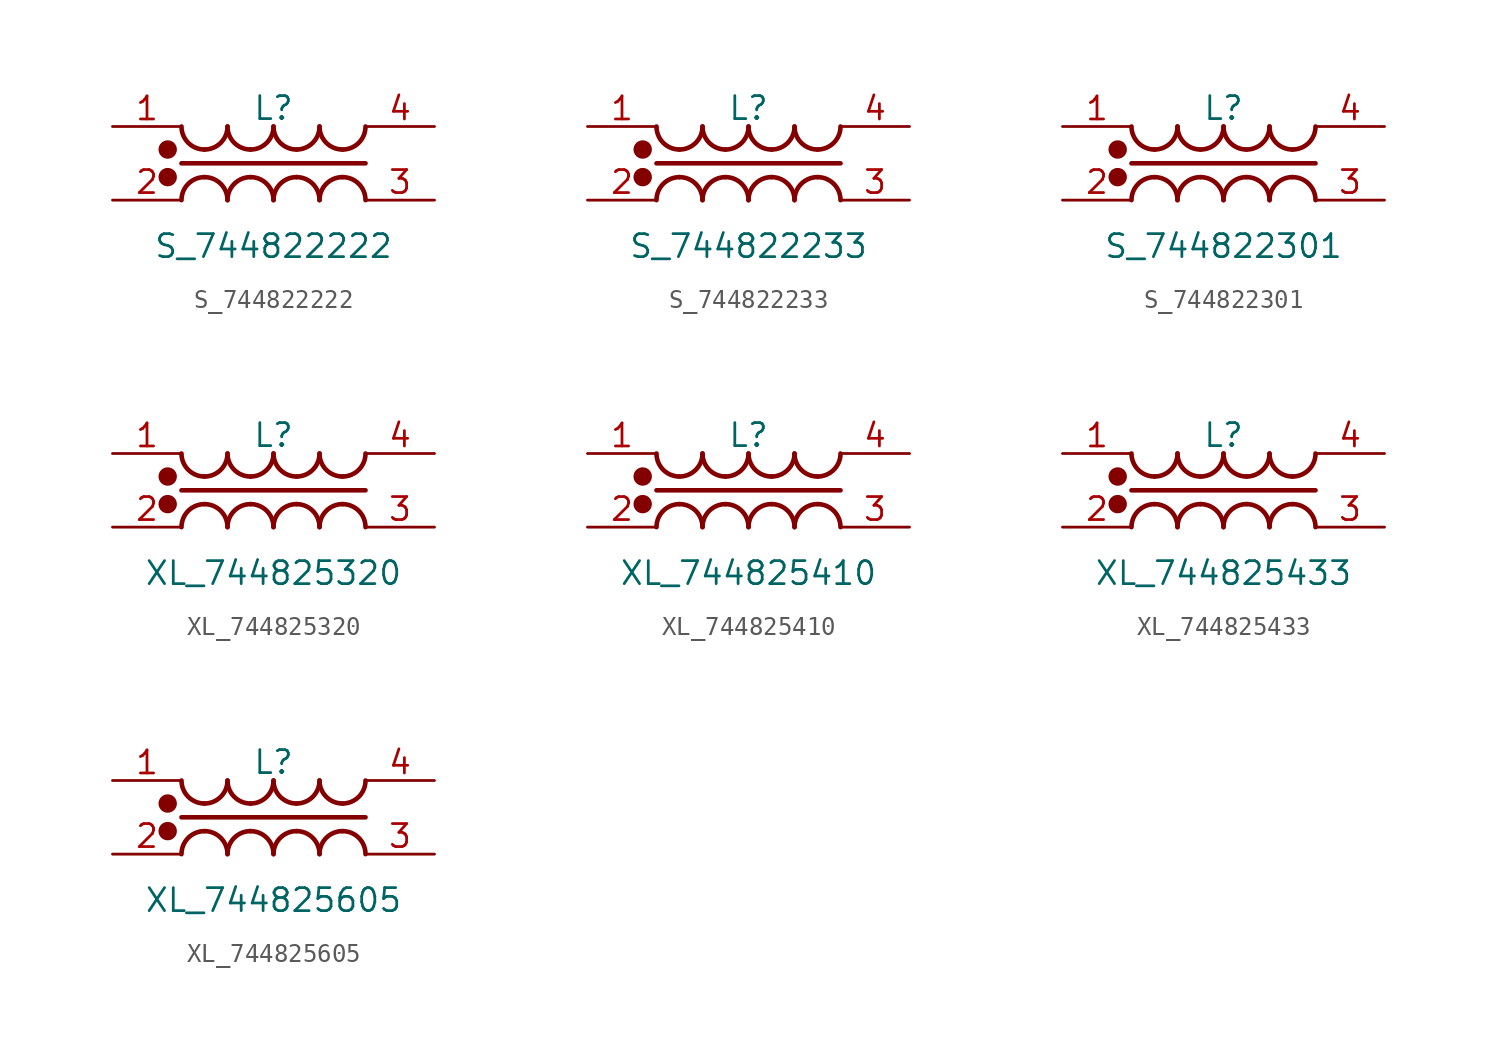
<source format=kicad_sym>
(kicad_symbol_lib
  (version 20211014)
  (generator kicad_symbol_editor)
  (symbol "Inductor_Wurth_WE-CMB:S_744822222"
    (pin_names hide)
    (property "Reference" "L"
      (at 0 5.08 0)
      (effects (font (size 1.27 1.27))))
    (property "Value" "S_744822222"
      (at 0 -2.54 0)
      (effects (font (size 1.27 1.27))))
    (symbol "S_744822222_0_1"
      (arc (start -5.08 4.064) (mid -4.708 3.166) (end -3.81 2.794) (stroke (width 0.254) (type default)) (fill (type none)))
      (arc (start -3.81 1.27) (mid -4.708 0.898) (end -5.08 0) (stroke (width 0.254) (type default)) (fill (type none)))
      (arc (start -3.81 2.794) (mid -2.912 3.166) (end -2.54 4.064) (stroke (width 0.254) (type default)) (fill (type none)))
      (arc (start -2.54 0) (mid -2.912 0.898) (end -3.81 1.27) (stroke (width 0.254) (type default)) (fill (type none)))
      (arc (start -2.5399 4.0639) (mid -2.1679 3.1659) (end -1.2699 2.7939) (stroke (width 0.254) (type default)) (fill (type none)))
      (arc (start -1.2699 1.2701) (mid -2.1679 0.8981) (end -2.5399 0.0001) (stroke (width 0.254) (type default)) (fill (type none)))
      (arc (start -1.2699 2.7939) (mid -0.3719 3.1659) (end 0.0001 4.0639) (stroke (width 0.254) (type default)) (fill (type none)))
      (arc (start 0.0001 0.0001) (mid -0.3719 0.8981) (end -1.2699 1.2701) (stroke (width 0.254) (type default)) (fill (type none)))
      (polyline (pts (xy -5.08 2.032) (xy 5.08 2.032)) (stroke (width 0.254) (type default)) (fill (type none)))
      (arc (start 0.0001 4.0639) (mid 0.3721 3.166) (end 1.2701 2.7939) (stroke (width 0.254) (type default)) (fill (type none)))
      (arc (start 1.2701 1.2701) (mid 0.3721 0.8981) (end 0.0001 0.0001) (stroke (width 0.254) (type default)) (fill (type none)))
      (arc (start 1.2701 2.7939) (mid 2.1681 3.1659) (end 2.5401 4.0639) (stroke (width 0.254) (type default)) (fill (type none)))
      (arc (start 2.5401 0.0001) (mid 2.1681 0.8981) (end 1.2701 1.2701) (stroke (width 0.254) (type default)) (fill (type none)))
      (arc (start 2.5401 4.0639) (mid 2.9121 3.166) (end 3.8101 2.7939) (stroke (width 0.254) (type default)) (fill (type none)))
      (arc (start 3.8101 1.2701) (mid 2.9121 0.8981) (end 2.5401 0.0001) (stroke (width 0.254) (type default)) (fill (type none)))
      (arc (start 3.8101 2.7939) (mid 4.7081 3.1659) (end 5.0801 4.0639) (stroke (width 0.254) (type default)) (fill (type none)))
      (arc (start 5.0801 0.0001) (mid 4.7081 0.8981) (end 3.8101 1.2701) (stroke (width 0.254) (type default)) (fill (type none))))
    (symbol "S_744822222_1_1"
      (circle (center -5.842 1.27) (radius 0.0001) (stroke (width 0.508) (type default)) (fill (type none)))
      (circle (center -5.842 2.794) (radius 0.0001) (stroke (width 0.508) (type default)) (fill (type none)))
      (pin passive line (at -8.89 4.064 0) (length 3.81) (name "1" (effects (font (size 1.27 1.27)))) (number "1" (effects (font (size 1.27 1.27)))))
      (pin passive line (at -8.89 0 0) (length 3.81) (name "2" (effects (font (size 1.27 1.27)))) (number "2" (effects (font (size 1.27 1.27)))))
      (pin passive line (at 8.89 0 180) (length 3.81) (name "3" (effects (font (size 1.27 1.27)))) (number "3" (effects (font (size 1.27 1.27)))))
      (pin passive line (at 8.89 4.064 180) (length 3.81) (name "4" (effects (font (size 1.27 1.27)))) (number "4" (effects (font (size 1.27 1.27)))))))
  (symbol "Inductor_Wurth_WE-CMB:S_744822233"
    (pin_names hide)
    (property "Reference" "L"
      (at 0 5.08 0)
      (effects (font (size 1.27 1.27))))
    (property "Value" "S_744822233"
      (at 0 -2.54 0)
      (effects (font (size 1.27 1.27))))
    (symbol "S_744822233_0_1"
      (arc (start -5.08 4.064) (mid -4.708 3.166) (end -3.81 2.794) (stroke (width 0.254) (type default)) (fill (type none)))
      (arc (start -3.81 1.27) (mid -4.708 0.898) (end -5.08 0) (stroke (width 0.254) (type default)) (fill (type none)))
      (arc (start -3.81 2.794) (mid -2.912 3.166) (end -2.54 4.064) (stroke (width 0.254) (type default)) (fill (type none)))
      (arc (start -2.54 0) (mid -2.912 0.898) (end -3.81 1.27) (stroke (width 0.254) (type default)) (fill (type none)))
      (arc (start -2.5399 4.0639) (mid -2.1679 3.1659) (end -1.2699 2.7939) (stroke (width 0.254) (type default)) (fill (type none)))
      (arc (start -1.2699 1.2701) (mid -2.1679 0.8981) (end -2.5399 0.0001) (stroke (width 0.254) (type default)) (fill (type none)))
      (arc (start -1.2699 2.7939) (mid -0.3719 3.1659) (end 0.0001 4.0639) (stroke (width 0.254) (type default)) (fill (type none)))
      (arc (start 0.0001 0.0001) (mid -0.3719 0.8981) (end -1.2699 1.2701) (stroke (width 0.254) (type default)) (fill (type none)))
      (polyline (pts (xy -5.08 2.032) (xy 5.08 2.032)) (stroke (width 0.254) (type default)) (fill (type none)))
      (arc (start 0.0001 4.0639) (mid 0.3721 3.166) (end 1.2701 2.7939) (stroke (width 0.254) (type default)) (fill (type none)))
      (arc (start 1.2701 1.2701) (mid 0.3721 0.8981) (end 0.0001 0.0001) (stroke (width 0.254) (type default)) (fill (type none)))
      (arc (start 1.2701 2.7939) (mid 2.1681 3.1659) (end 2.5401 4.0639) (stroke (width 0.254) (type default)) (fill (type none)))
      (arc (start 2.5401 0.0001) (mid 2.1681 0.8981) (end 1.2701 1.2701) (stroke (width 0.254) (type default)) (fill (type none)))
      (arc (start 2.5401 4.0639) (mid 2.9121 3.166) (end 3.8101 2.7939) (stroke (width 0.254) (type default)) (fill (type none)))
      (arc (start 3.8101 1.2701) (mid 2.9121 0.8981) (end 2.5401 0.0001) (stroke (width 0.254) (type default)) (fill (type none)))
      (arc (start 3.8101 2.7939) (mid 4.7081 3.1659) (end 5.0801 4.0639) (stroke (width 0.254) (type default)) (fill (type none)))
      (arc (start 5.0801 0.0001) (mid 4.7081 0.8981) (end 3.8101 1.2701) (stroke (width 0.254) (type default)) (fill (type none))))
    (symbol "S_744822233_1_1"
      (circle (center -5.842 1.27) (radius 0.0001) (stroke (width 0.508) (type default)) (fill (type none)))
      (circle (center -5.842 2.794) (radius 0.0001) (stroke (width 0.508) (type default)) (fill (type none)))
      (pin passive line (at -8.89 4.064 0) (length 3.81) (name "1" (effects (font (size 1.27 1.27)))) (number "1" (effects (font (size 1.27 1.27)))))
      (pin passive line (at -8.89 0 0) (length 3.81) (name "2" (effects (font (size 1.27 1.27)))) (number "2" (effects (font (size 1.27 1.27)))))
      (pin passive line (at 8.89 0 180) (length 3.81) (name "3" (effects (font (size 1.27 1.27)))) (number "3" (effects (font (size 1.27 1.27)))))
      (pin passive line (at 8.89 4.064 180) (length 3.81) (name "4" (effects (font (size 1.27 1.27)))) (number "4" (effects (font (size 1.27 1.27)))))))
  (symbol "Inductor_Wurth_WE-CMB:S_744822301"
    (pin_names hide)
    (property "Reference" "L"
      (at 0 5.08 0)
      (effects (font (size 1.27 1.27))))
    (property "Value" "S_744822301"
      (at 0 -2.54 0)
      (effects (font (size 1.27 1.27))))
    (symbol "S_744822301_0_1"
      (arc (start -5.08 4.064) (mid -4.708 3.166) (end -3.81 2.794) (stroke (width 0.254) (type default)) (fill (type none)))
      (arc (start -3.81 1.27) (mid -4.708 0.898) (end -5.08 0) (stroke (width 0.254) (type default)) (fill (type none)))
      (arc (start -3.81 2.794) (mid -2.912 3.166) (end -2.54 4.064) (stroke (width 0.254) (type default)) (fill (type none)))
      (arc (start -2.54 0) (mid -2.912 0.898) (end -3.81 1.27) (stroke (width 0.254) (type default)) (fill (type none)))
      (arc (start -2.5399 4.0639) (mid -2.1679 3.1659) (end -1.2699 2.7939) (stroke (width 0.254) (type default)) (fill (type none)))
      (arc (start -1.2699 1.2701) (mid -2.1679 0.8981) (end -2.5399 0.0001) (stroke (width 0.254) (type default)) (fill (type none)))
      (arc (start -1.2699 2.7939) (mid -0.3719 3.1659) (end 0.0001 4.0639) (stroke (width 0.254) (type default)) (fill (type none)))
      (arc (start 0.0001 0.0001) (mid -0.3719 0.8981) (end -1.2699 1.2701) (stroke (width 0.254) (type default)) (fill (type none)))
      (polyline (pts (xy -5.08 2.032) (xy 5.08 2.032)) (stroke (width 0.254) (type default)) (fill (type none)))
      (arc (start 0.0001 4.0639) (mid 0.3721 3.166) (end 1.2701 2.7939) (stroke (width 0.254) (type default)) (fill (type none)))
      (arc (start 1.2701 1.2701) (mid 0.3721 0.8981) (end 0.0001 0.0001) (stroke (width 0.254) (type default)) (fill (type none)))
      (arc (start 1.2701 2.7939) (mid 2.1681 3.1659) (end 2.5401 4.0639) (stroke (width 0.254) (type default)) (fill (type none)))
      (arc (start 2.5401 0.0001) (mid 2.1681 0.8981) (end 1.2701 1.2701) (stroke (width 0.254) (type default)) (fill (type none)))
      (arc (start 2.5401 4.0639) (mid 2.9121 3.166) (end 3.8101 2.7939) (stroke (width 0.254) (type default)) (fill (type none)))
      (arc (start 3.8101 1.2701) (mid 2.9121 0.8981) (end 2.5401 0.0001) (stroke (width 0.254) (type default)) (fill (type none)))
      (arc (start 3.8101 2.7939) (mid 4.7081 3.1659) (end 5.0801 4.0639) (stroke (width 0.254) (type default)) (fill (type none)))
      (arc (start 5.0801 0.0001) (mid 4.7081 0.8981) (end 3.8101 1.2701) (stroke (width 0.254) (type default)) (fill (type none))))
    (symbol "S_744822301_1_1"
      (circle (center -5.842 1.27) (radius 0.0001) (stroke (width 0.508) (type default)) (fill (type none)))
      (circle (center -5.842 2.794) (radius 0.0001) (stroke (width 0.508) (type default)) (fill (type none)))
      (pin passive line (at -8.89 4.064 0) (length 3.81) (name "1" (effects (font (size 1.27 1.27)))) (number "1" (effects (font (size 1.27 1.27)))))
      (pin passive line (at -8.89 0 0) (length 3.81) (name "2" (effects (font (size 1.27 1.27)))) (number "2" (effects (font (size 1.27 1.27)))))
      (pin passive line (at 8.89 0 180) (length 3.81) (name "3" (effects (font (size 1.27 1.27)))) (number "3" (effects (font (size 1.27 1.27)))))
      (pin passive line (at 8.89 4.064 180) (length 3.81) (name "4" (effects (font (size 1.27 1.27)))) (number "4" (effects (font (size 1.27 1.27)))))))
  (symbol "Inductor_Wurth_WE-CMB:XL_744825320"
    (pin_names hide)
    (property "Reference" "L"
      (at 0 5.08 0)
      (effects (font (size 1.27 1.27))))
    (property "Value" "XL_744825320"
      (at 0 -2.54 0)
      (effects (font (size 1.27 1.27))))
    (symbol "XL_744825320_0_1"
      (arc (start -5.08 4.064) (mid -4.708 3.166) (end -3.81 2.794) (stroke (width 0.254) (type default)) (fill (type none)))
      (arc (start -3.81 1.27) (mid -4.708 0.898) (end -5.08 0) (stroke (width 0.254) (type default)) (fill (type none)))
      (arc (start -3.81 2.794) (mid -2.912 3.166) (end -2.54 4.064) (stroke (width 0.254) (type default)) (fill (type none)))
      (arc (start -2.54 0) (mid -2.912 0.898) (end -3.81 1.27) (stroke (width 0.254) (type default)) (fill (type none)))
      (arc (start -2.5399 4.0639) (mid -2.1679 3.1659) (end -1.2699 2.7939) (stroke (width 0.254) (type default)) (fill (type none)))
      (arc (start -1.2699 1.2701) (mid -2.1679 0.8981) (end -2.5399 0.0001) (stroke (width 0.254) (type default)) (fill (type none)))
      (arc (start -1.2699 2.7939) (mid -0.3719 3.1659) (end 0.0001 4.0639) (stroke (width 0.254) (type default)) (fill (type none)))
      (arc (start 0.0001 0.0001) (mid -0.3719 0.8981) (end -1.2699 1.2701) (stroke (width 0.254) (type default)) (fill (type none)))
      (polyline (pts (xy -5.08 2.032) (xy 5.08 2.032)) (stroke (width 0.254) (type default)) (fill (type none)))
      (arc (start 0.0001 4.0639) (mid 0.3721 3.166) (end 1.2701 2.7939) (stroke (width 0.254) (type default)) (fill (type none)))
      (arc (start 1.2701 1.2701) (mid 0.3721 0.8981) (end 0.0001 0.0001) (stroke (width 0.254) (type default)) (fill (type none)))
      (arc (start 1.2701 2.7939) (mid 2.1681 3.1659) (end 2.5401 4.0639) (stroke (width 0.254) (type default)) (fill (type none)))
      (arc (start 2.5401 0.0001) (mid 2.1681 0.8981) (end 1.2701 1.2701) (stroke (width 0.254) (type default)) (fill (type none)))
      (arc (start 2.5401 4.0639) (mid 2.9121 3.166) (end 3.8101 2.7939) (stroke (width 0.254) (type default)) (fill (type none)))
      (arc (start 3.8101 1.2701) (mid 2.9121 0.8981) (end 2.5401 0.0001) (stroke (width 0.254) (type default)) (fill (type none)))
      (arc (start 3.8101 2.7939) (mid 4.7081 3.1659) (end 5.0801 4.0639) (stroke (width 0.254) (type default)) (fill (type none)))
      (arc (start 5.0801 0.0001) (mid 4.7081 0.8981) (end 3.8101 1.2701) (stroke (width 0.254) (type default)) (fill (type none))))
    (symbol "XL_744825320_1_1"
      (circle (center -5.842 1.27) (radius 0.0001) (stroke (width 0.508) (type default)) (fill (type none)))
      (circle (center -5.842 2.794) (radius 0.0001) (stroke (width 0.508) (type default)) (fill (type none)))
      (pin passive line (at -8.89 4.064 0) (length 3.81) (name "1" (effects (font (size 1.27 1.27)))) (number "1" (effects (font (size 1.27 1.27)))))
      (pin passive line (at -8.89 0 0) (length 3.81) (name "2" (effects (font (size 1.27 1.27)))) (number "2" (effects (font (size 1.27 1.27)))))
      (pin passive line (at 8.89 0 180) (length 3.81) (name "3" (effects (font (size 1.27 1.27)))) (number "3" (effects (font (size 1.27 1.27)))))
      (pin passive line (at 8.89 4.064 180) (length 3.81) (name "4" (effects (font (size 1.27 1.27)))) (number "4" (effects (font (size 1.27 1.27)))))))
  (symbol "Inductor_Wurth_WE-CMB:XL_744825410"
    (pin_names hide)
    (property "Reference" "L"
      (at 0 5.08 0)
      (effects (font (size 1.27 1.27))))
    (property "Value" "XL_744825410"
      (at 0 -2.54 0)
      (effects (font (size 1.27 1.27))))
    (symbol "XL_744825410_0_1"
      (arc (start -5.08 4.064) (mid -4.708 3.166) (end -3.81 2.794) (stroke (width 0.254) (type default)) (fill (type none)))
      (arc (start -3.81 1.27) (mid -4.708 0.898) (end -5.08 0) (stroke (width 0.254) (type default)) (fill (type none)))
      (arc (start -3.81 2.794) (mid -2.912 3.166) (end -2.54 4.064) (stroke (width 0.254) (type default)) (fill (type none)))
      (arc (start -2.54 0) (mid -2.912 0.898) (end -3.81 1.27) (stroke (width 0.254) (type default)) (fill (type none)))
      (arc (start -2.5399 4.0639) (mid -2.1679 3.1659) (end -1.2699 2.7939) (stroke (width 0.254) (type default)) (fill (type none)))
      (arc (start -1.2699 1.2701) (mid -2.1679 0.8981) (end -2.5399 0.0001) (stroke (width 0.254) (type default)) (fill (type none)))
      (arc (start -1.2699 2.7939) (mid -0.3719 3.1659) (end 0.0001 4.0639) (stroke (width 0.254) (type default)) (fill (type none)))
      (arc (start 0.0001 0.0001) (mid -0.3719 0.8981) (end -1.2699 1.2701) (stroke (width 0.254) (type default)) (fill (type none)))
      (polyline (pts (xy -5.08 2.032) (xy 5.08 2.032)) (stroke (width 0.254) (type default)) (fill (type none)))
      (arc (start 0.0001 4.0639) (mid 0.3721 3.166) (end 1.2701 2.7939) (stroke (width 0.254) (type default)) (fill (type none)))
      (arc (start 1.2701 1.2701) (mid 0.3721 0.8981) (end 0.0001 0.0001) (stroke (width 0.254) (type default)) (fill (type none)))
      (arc (start 1.2701 2.7939) (mid 2.1681 3.1659) (end 2.5401 4.0639) (stroke (width 0.254) (type default)) (fill (type none)))
      (arc (start 2.5401 0.0001) (mid 2.1681 0.8981) (end 1.2701 1.2701) (stroke (width 0.254) (type default)) (fill (type none)))
      (arc (start 2.5401 4.0639) (mid 2.9121 3.166) (end 3.8101 2.7939) (stroke (width 0.254) (type default)) (fill (type none)))
      (arc (start 3.8101 1.2701) (mid 2.9121 0.8981) (end 2.5401 0.0001) (stroke (width 0.254) (type default)) (fill (type none)))
      (arc (start 3.8101 2.7939) (mid 4.7081 3.1659) (end 5.0801 4.0639) (stroke (width 0.254) (type default)) (fill (type none)))
      (arc (start 5.0801 0.0001) (mid 4.7081 0.8981) (end 3.8101 1.2701) (stroke (width 0.254) (type default)) (fill (type none))))
    (symbol "XL_744825410_1_1"
      (circle (center -5.842 1.27) (radius 0.0001) (stroke (width 0.508) (type default)) (fill (type none)))
      (circle (center -5.842 2.794) (radius 0.0001) (stroke (width 0.508) (type default)) (fill (type none)))
      (pin passive line (at -8.89 4.064 0) (length 3.81) (name "1" (effects (font (size 1.27 1.27)))) (number "1" (effects (font (size 1.27 1.27)))))
      (pin passive line (at -8.89 0 0) (length 3.81) (name "2" (effects (font (size 1.27 1.27)))) (number "2" (effects (font (size 1.27 1.27)))))
      (pin passive line (at 8.89 0 180) (length 3.81) (name "3" (effects (font (size 1.27 1.27)))) (number "3" (effects (font (size 1.27 1.27)))))
      (pin passive line (at 8.89 4.064 180) (length 3.81) (name "4" (effects (font (size 1.27 1.27)))) (number "4" (effects (font (size 1.27 1.27)))))))
  (symbol "Inductor_Wurth_WE-CMB:XL_744825433"
    (pin_names hide)
    (property "Reference" "L"
      (at 0 5.08 0)
      (effects (font (size 1.27 1.27))))
    (property "Value" "XL_744825433"
      (at 0 -2.54 0)
      (effects (font (size 1.27 1.27))))
    (symbol "XL_744825433_0_1"
      (arc (start -5.08 4.064) (mid -4.708 3.166) (end -3.81 2.794) (stroke (width 0.254) (type default)) (fill (type none)))
      (arc (start -3.81 1.27) (mid -4.708 0.898) (end -5.08 0) (stroke (width 0.254) (type default)) (fill (type none)))
      (arc (start -3.81 2.794) (mid -2.912 3.166) (end -2.54 4.064) (stroke (width 0.254) (type default)) (fill (type none)))
      (arc (start -2.54 0) (mid -2.912 0.898) (end -3.81 1.27) (stroke (width 0.254) (type default)) (fill (type none)))
      (arc (start -2.5399 4.0639) (mid -2.1679 3.1659) (end -1.2699 2.7939) (stroke (width 0.254) (type default)) (fill (type none)))
      (arc (start -1.2699 1.2701) (mid -2.1679 0.8981) (end -2.5399 0.0001) (stroke (width 0.254) (type default)) (fill (type none)))
      (arc (start -1.2699 2.7939) (mid -0.3719 3.1659) (end 0.0001 4.0639) (stroke (width 0.254) (type default)) (fill (type none)))
      (arc (start 0.0001 0.0001) (mid -0.3719 0.8981) (end -1.2699 1.2701) (stroke (width 0.254) (type default)) (fill (type none)))
      (polyline (pts (xy -5.08 2.032) (xy 5.08 2.032)) (stroke (width 0.254) (type default)) (fill (type none)))
      (arc (start 0.0001 4.0639) (mid 0.3721 3.166) (end 1.2701 2.7939) (stroke (width 0.254) (type default)) (fill (type none)))
      (arc (start 1.2701 1.2701) (mid 0.3721 0.8981) (end 0.0001 0.0001) (stroke (width 0.254) (type default)) (fill (type none)))
      (arc (start 1.2701 2.7939) (mid 2.1681 3.1659) (end 2.5401 4.0639) (stroke (width 0.254) (type default)) (fill (type none)))
      (arc (start 2.5401 0.0001) (mid 2.1681 0.8981) (end 1.2701 1.2701) (stroke (width 0.254) (type default)) (fill (type none)))
      (arc (start 2.5401 4.0639) (mid 2.9121 3.166) (end 3.8101 2.7939) (stroke (width 0.254) (type default)) (fill (type none)))
      (arc (start 3.8101 1.2701) (mid 2.9121 0.8981) (end 2.5401 0.0001) (stroke (width 0.254) (type default)) (fill (type none)))
      (arc (start 3.8101 2.7939) (mid 4.7081 3.1659) (end 5.0801 4.0639) (stroke (width 0.254) (type default)) (fill (type none)))
      (arc (start 5.0801 0.0001) (mid 4.7081 0.8981) (end 3.8101 1.2701) (stroke (width 0.254) (type default)) (fill (type none))))
    (symbol "XL_744825433_1_1"
      (circle (center -5.842 1.27) (radius 0.0001) (stroke (width 0.508) (type default)) (fill (type none)))
      (circle (center -5.842 2.794) (radius 0.0001) (stroke (width 0.508) (type default)) (fill (type none)))
      (pin passive line (at -8.89 4.064 0) (length 3.81) (name "1" (effects (font (size 1.27 1.27)))) (number "1" (effects (font (size 1.27 1.27)))))
      (pin passive line (at -8.89 0 0) (length 3.81) (name "2" (effects (font (size 1.27 1.27)))) (number "2" (effects (font (size 1.27 1.27)))))
      (pin passive line (at 8.89 0 180) (length 3.81) (name "3" (effects (font (size 1.27 1.27)))) (number "3" (effects (font (size 1.27 1.27)))))
      (pin passive line (at 8.89 4.064 180) (length 3.81) (name "4" (effects (font (size 1.27 1.27)))) (number "4" (effects (font (size 1.27 1.27)))))))
  (symbol "Inductor_Wurth_WE-CMB:XL_744825605"
    (pin_names hide)
    (property "Reference" "L"
      (at 0 5.08 0)
      (effects (font (size 1.27 1.27))))
    (property "Value" "XL_744825605"
      (at 0 -2.54 0)
      (effects (font (size 1.27 1.27))))
    (symbol "XL_744825605_0_1"
      (arc (start -5.08 4.064) (mid -4.708 3.166) (end -3.81 2.794) (stroke (width 0.254) (type default)) (fill (type none)))
      (arc (start -3.81 1.27) (mid -4.708 0.898) (end -5.08 0) (stroke (width 0.254) (type default)) (fill (type none)))
      (arc (start -3.81 2.794) (mid -2.912 3.166) (end -2.54 4.064) (stroke (width 0.254) (type default)) (fill (type none)))
      (arc (start -2.54 0) (mid -2.912 0.898) (end -3.81 1.27) (stroke (width 0.254) (type default)) (fill (type none)))
      (arc (start -2.5399 4.0639) (mid -2.1679 3.1659) (end -1.2699 2.7939) (stroke (width 0.254) (type default)) (fill (type none)))
      (arc (start -1.2699 1.2701) (mid -2.1679 0.8981) (end -2.5399 0.0001) (stroke (width 0.254) (type default)) (fill (type none)))
      (arc (start -1.2699 2.7939) (mid -0.3719 3.1659) (end 0.0001 4.0639) (stroke (width 0.254) (type default)) (fill (type none)))
      (arc (start 0.0001 0.0001) (mid -0.3719 0.8981) (end -1.2699 1.2701) (stroke (width 0.254) (type default)) (fill (type none)))
      (polyline (pts (xy -5.08 2.032) (xy 5.08 2.032)) (stroke (width 0.254) (type default)) (fill (type none)))
      (arc (start 0.0001 4.0639) (mid 0.3721 3.166) (end 1.2701 2.7939) (stroke (width 0.254) (type default)) (fill (type none)))
      (arc (start 1.2701 1.2701) (mid 0.3721 0.8981) (end 0.0001 0.0001) (stroke (width 0.254) (type default)) (fill (type none)))
      (arc (start 1.2701 2.7939) (mid 2.1681 3.1659) (end 2.5401 4.0639) (stroke (width 0.254) (type default)) (fill (type none)))
      (arc (start 2.5401 0.0001) (mid 2.1681 0.8981) (end 1.2701 1.2701) (stroke (width 0.254) (type default)) (fill (type none)))
      (arc (start 2.5401 4.0639) (mid 2.9121 3.166) (end 3.8101 2.7939) (stroke (width 0.254) (type default)) (fill (type none)))
      (arc (start 3.8101 1.2701) (mid 2.9121 0.8981) (end 2.5401 0.0001) (stroke (width 0.254) (type default)) (fill (type none)))
      (arc (start 3.8101 2.7939) (mid 4.7081 3.1659) (end 5.0801 4.0639) (stroke (width 0.254) (type default)) (fill (type none)))
      (arc (start 5.0801 0.0001) (mid 4.7081 0.8981) (end 3.8101 1.2701) (stroke (width 0.254) (type default)) (fill (type none))))
    (symbol "XL_744825605_1_1"
      (circle (center -5.842 1.27) (radius 0.0001) (stroke (width 0.508) (type default)) (fill (type none)))
      (circle (center -5.842 2.794) (radius 0.0001) (stroke (width 0.508) (type default)) (fill (type none)))
      (pin passive line (at -8.89 4.064 0) (length 3.81) (name "1" (effects (font (size 1.27 1.27)))) (number "1" (effects (font (size 1.27 1.27)))))
      (pin passive line (at -8.89 0 0) (length 3.81) (name "2" (effects (font (size 1.27 1.27)))) (number "2" (effects (font (size 1.27 1.27)))))
      (pin passive line (at 8.89 0 180) (length 3.81) (name "3" (effects (font (size 1.27 1.27)))) (number "3" (effects (font (size 1.27 1.27)))))
      (pin passive line (at 8.89 4.064 180) (length 3.81) (name "4" (effects (font (size 1.27 1.27)))) (number "4" (effects (font (size 1.27 1.27))))))))
</source>
